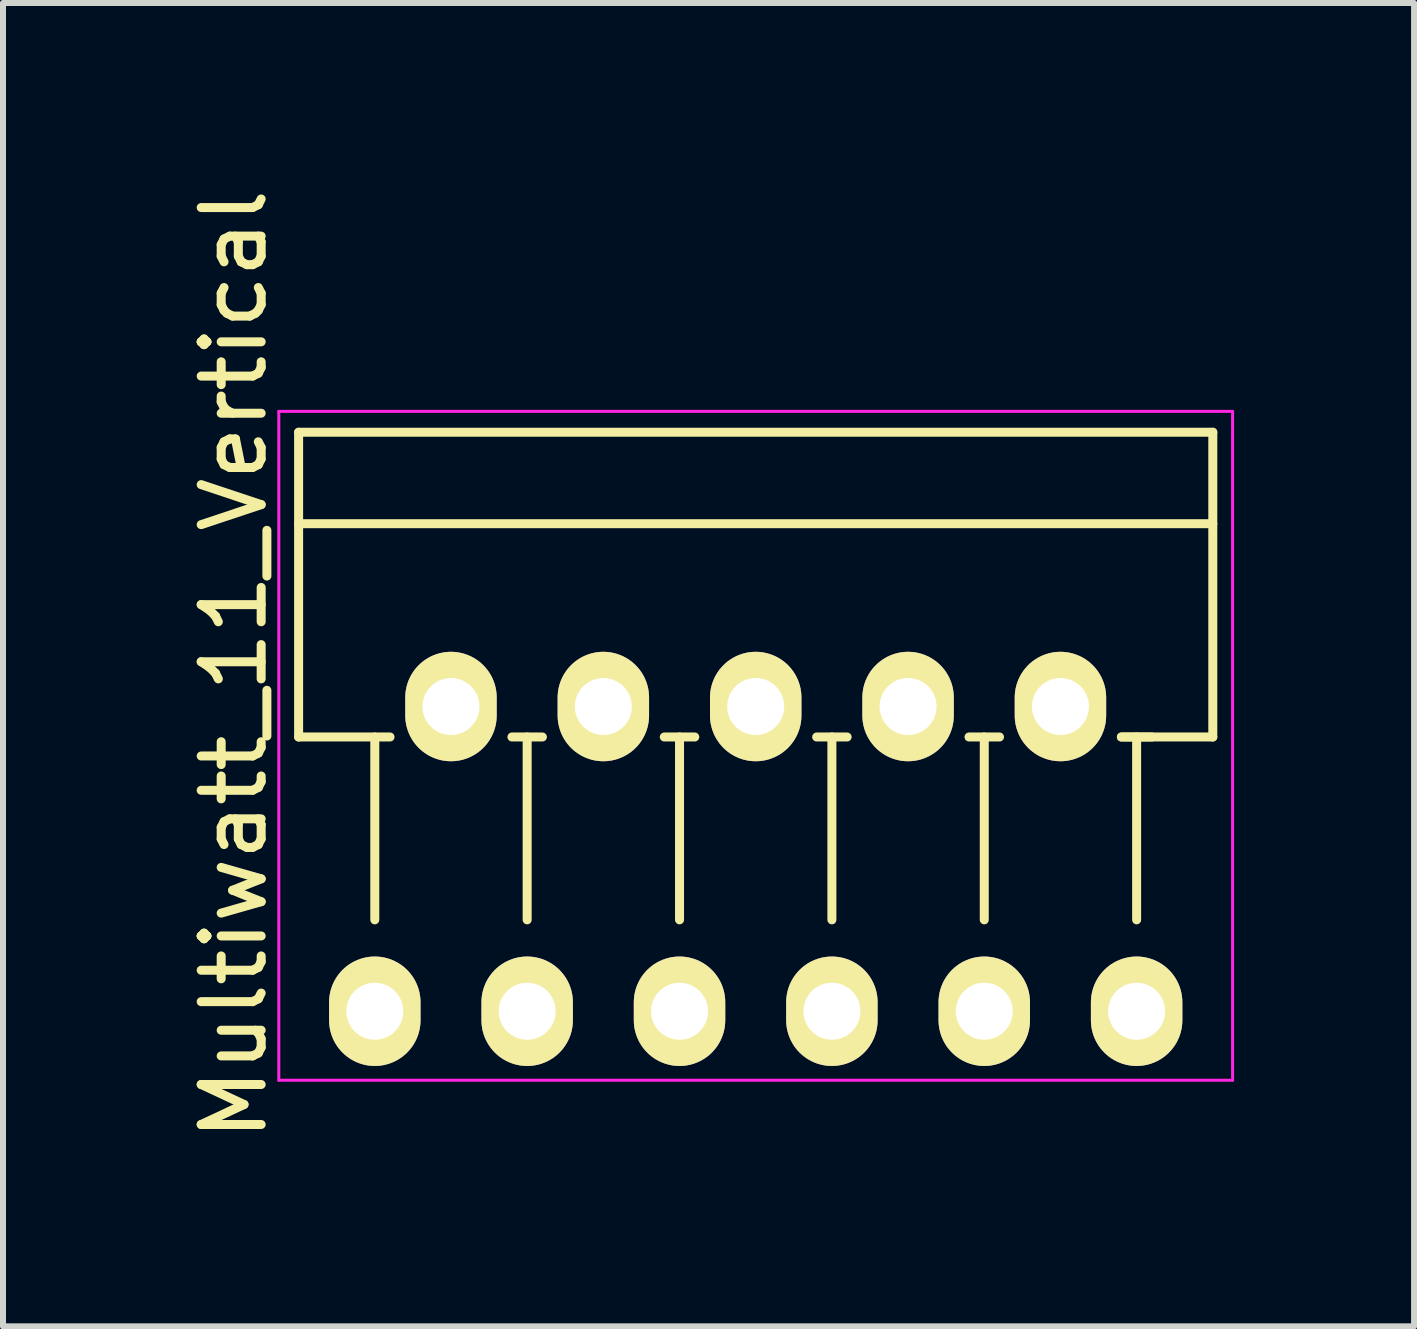
<source format=kicad_pcb>
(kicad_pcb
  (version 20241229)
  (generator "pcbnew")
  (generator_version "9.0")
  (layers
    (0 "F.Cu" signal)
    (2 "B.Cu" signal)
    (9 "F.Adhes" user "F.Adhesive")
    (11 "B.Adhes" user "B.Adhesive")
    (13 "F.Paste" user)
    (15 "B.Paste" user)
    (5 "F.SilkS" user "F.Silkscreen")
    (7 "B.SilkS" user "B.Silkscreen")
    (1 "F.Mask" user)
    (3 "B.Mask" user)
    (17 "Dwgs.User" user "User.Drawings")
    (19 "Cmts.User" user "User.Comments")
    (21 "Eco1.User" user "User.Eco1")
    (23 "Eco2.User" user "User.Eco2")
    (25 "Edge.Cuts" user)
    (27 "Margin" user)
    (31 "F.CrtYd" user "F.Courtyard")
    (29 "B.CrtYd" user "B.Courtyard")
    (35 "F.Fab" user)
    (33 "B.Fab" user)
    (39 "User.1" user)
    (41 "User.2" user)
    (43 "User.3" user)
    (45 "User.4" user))
  (footprint "Multiwatt_11_Vertical"
    (layer "F.Cu")
    (at 3.198 13.808)
    (property "Reference" "Multiwatt_11_Vertical" (at -2.349 -5.779 90) (layer "F.SilkS") (effects (font (size 1 1) (thickness 0.15))))
    (attr through_hole)
    (fp_line (start -1.27 -9.652) (end -1.27 -4.572) (stroke (width 0.15) (type solid)) (layer "F.SilkS"))
    (fp_line (start -1.27 -9.652) (end 13.97 -9.652) (stroke (width 0.15) (type solid)) (layer "F.SilkS"))
    (fp_line (start -1.27 -4.572) (end 0.254 -4.572) (stroke (width 0.15) (type solid)) (layer "F.SilkS"))
    (fp_line (start 0 -1.524) (end 0 -4.572) (stroke (width 0.15) (type solid)) (layer "F.SilkS"))
    (fp_line (start 2.54 -1.524) (end 2.54 -4.572) (stroke (width 0.15) (type solid)) (layer "F.SilkS"))
    (fp_line (start 2.794 -4.572) (end 2.286 -4.572) (stroke (width 0.15) (type solid)) (layer "F.SilkS"))
    (fp_line (start 5.08 -1.524) (end 5.08 -4.572) (stroke (width 0.15) (type solid)) (layer "F.SilkS"))
    (fp_line (start 5.334 -4.572) (end 4.826 -4.572) (stroke (width 0.15) (type solid)) (layer "F.SilkS"))
    (fp_line (start 7.62 -1.524) (end 7.62 -4.572) (stroke (width 0.15) (type solid)) (layer "F.SilkS"))
    (fp_line (start 7.874 -4.572) (end 7.366 -4.572) (stroke (width 0.15) (type solid)) (layer "F.SilkS"))
    (fp_line (start 10.16 -1.524) (end 10.16 -4.572) (stroke (width 0.15) (type solid)) (layer "F.SilkS"))
    (fp_line (start 10.414 -4.572) (end 9.906 -4.572) (stroke (width 0.15) (type solid)) (layer "F.SilkS"))
    (fp_line (start 12.7 -1.524) (end 12.7 -4.572) (stroke (width 0.15) (type solid)) (layer "F.SilkS"))
    (fp_line (start 12.954 -4.572) (end 12.446 -4.572) (stroke (width 0.15) (type solid)) (layer "F.SilkS"))
    (fp_line (start 13.97 -9.652) (end 13.97 -4.572) (stroke (width 0.15) (type solid)) (layer "F.SilkS"))
    (fp_line (start 13.97 -8.128) (end -1.27 -8.128) (stroke (width 0.15) (type solid)) (layer "F.SilkS"))
    (fp_line (start 13.97 -4.572) (end 12.446 -4.572) (stroke (width 0.15) (type solid)) (layer "F.SilkS"))
    (fp_line (start -1.6 -10) (end 14.3 -10) (stroke (width 0.05) (type solid)) (layer "F.CrtYd"))
    (fp_line (start -1.6 1.15) (end -1.6 -10) (stroke (width 0.05) (type solid)) (layer "F.CrtYd"))
    (fp_line (start 14.3 -10) (end 14.3 1.15) (stroke (width 0.05) (type solid)) (layer "F.CrtYd"))
    (fp_line (start 14.3 1.15) (end -1.6 1.15) (stroke (width 0.05) (type solid)) (layer "F.CrtYd"))
    (pad "1" thru_hole oval (at 0 0) (size 1.524 1.824) (drill 0.95) (layers "*.Cu" "*.Mask" "F.SilkS"))
    (pad "2" thru_hole oval (at 1.27 -5.08) (size 1.524 1.824) (drill 0.95) (layers "*.Cu" "*.Mask" "F.SilkS"))
    (pad "3" thru_hole oval (at 2.54 0) (size 1.524 1.824) (drill 0.95) (layers "*.Cu" "*.Mask" "F.SilkS"))
    (pad "4" thru_hole oval (at 3.81 -5.08) (size 1.524 1.824) (drill 0.95) (layers "*.Cu" "*.Mask" "F.SilkS"))
    (pad "5" thru_hole oval (at 5.08 0) (size 1.524 1.824) (drill 0.95) (layers "*.Cu" "*.Mask" "F.SilkS"))
    (pad "6" thru_hole oval (at 6.35 -5.08) (size 1.524 1.824) (drill 0.95) (layers "*.Cu" "*.Mask" "F.SilkS"))
    (pad "7" thru_hole oval (at 7.62 0) (size 1.524 1.824) (drill 0.95) (layers "*.Cu" "*.Mask" "F.SilkS"))
    (pad "8" thru_hole oval (at 8.89 -5.08) (size 1.524 1.824) (drill 0.95) (layers "*.Cu" "*.Mask" "F.SilkS"))
    (pad "9" thru_hole oval (at 10.16 0) (size 1.524 1.824) (drill 0.95) (layers "*.Cu" "*.Mask" "F.SilkS"))
    (pad "10" thru_hole oval (at 11.43 -5.08) (size 1.524 1.824) (drill 0.95) (layers "*.Cu" "*.Mask" "F.SilkS"))
    (pad "11" thru_hole oval (at 12.7 0) (size 1.524 1.824) (drill 0.95) (layers "*.Cu" "*.Mask" "F.SilkS")))
  (gr_rect
    (start -3 -3)
    (end 20.523 19.06)
    (stroke (width 0.1) (type default))
    (fill no)
    (layer "Edge.Cuts")))
</source>
